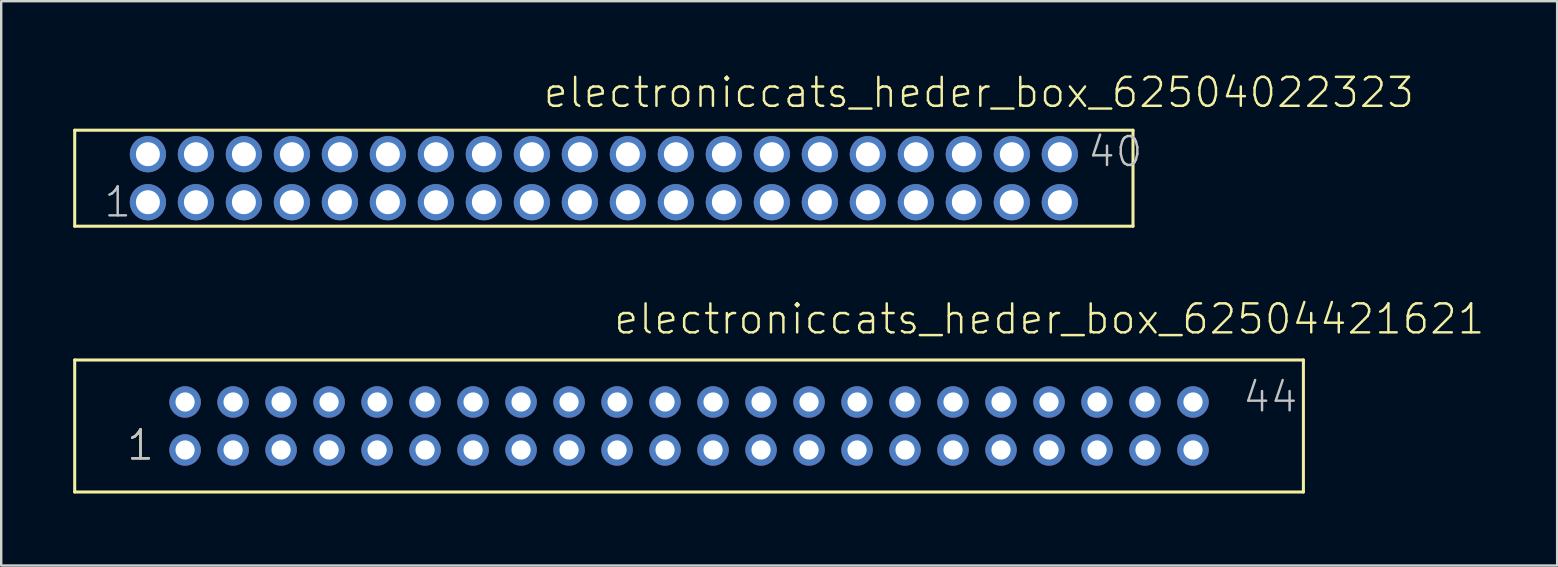
<source format=kicad_pcb>
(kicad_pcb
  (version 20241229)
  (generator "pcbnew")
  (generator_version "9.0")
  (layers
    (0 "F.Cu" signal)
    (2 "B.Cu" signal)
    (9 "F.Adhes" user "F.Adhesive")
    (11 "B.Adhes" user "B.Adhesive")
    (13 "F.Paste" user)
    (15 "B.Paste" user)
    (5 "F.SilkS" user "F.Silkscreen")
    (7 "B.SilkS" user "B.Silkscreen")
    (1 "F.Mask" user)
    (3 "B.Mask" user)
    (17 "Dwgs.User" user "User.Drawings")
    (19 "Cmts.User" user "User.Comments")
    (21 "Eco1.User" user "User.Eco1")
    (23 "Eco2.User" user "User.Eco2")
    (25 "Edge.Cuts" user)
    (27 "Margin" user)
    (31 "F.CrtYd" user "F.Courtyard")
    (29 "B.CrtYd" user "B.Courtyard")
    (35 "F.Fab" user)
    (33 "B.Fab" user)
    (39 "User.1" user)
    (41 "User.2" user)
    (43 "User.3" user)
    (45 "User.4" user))
  (footprint "electroniccats_heder_box_62504421621"
    (layer "F.Cu")
    (at 25.663 14.701)
    (property "Reference" "electroniccats_heder_box_62504421621" (at -3.2 -3.75 0) (layer "F.SilkS") (effects (font (size 1.206 1.206) (thickness 0.102)) (justify left bottom)))
    (attr through_hole)
    (fp_line (start -25.6 -2.75) (end -25.6 2.75) (stroke (width 0.127) (type solid)) (layer "F.SilkS"))
    (fp_line (start -25.6 2.75) (end 25.6 2.75) (stroke (width 0.127) (type solid)) (layer "F.SilkS"))
    (fp_line (start 25.6 -2.75) (end -25.6 -2.75) (stroke (width 0.127) (type solid)) (layer "F.SilkS"))
    (fp_line (start 25.6 2.75) (end 25.6 -2.75) (stroke (width 0.127) (type solid)) (layer "F.SilkS"))
    (fp_text user "1" (at -23.5 1.5 0) (layer "F.SilkS") (effects (font (size 1.206 1.206) (thickness 0.102)) (justify left bottom)))
    (fp_text user "1" (at -23.5 1.5 0) (layer "Dwgs.User") (effects (font (size 1.206 1.206) (thickness 0.102)) (justify left bottom)))
    (fp_text user "44" (at 23.005 -0.5 0) (layer "Dwgs.User") (effects (font (size 1.206 1.206) (thickness 0.102)) (justify left bottom)))
    (pad "1" thru_hole circle (at -21 1) (size 1.308 1.308) (drill 0.8) (layers "*.Cu" "*.Mask"))
    (pad "2" thru_hole circle (at -21 -1) (size 1.308 1.308) (drill 0.8) (layers "*.Cu" "*.Mask"))
    (pad "3" thru_hole circle (at -19 1) (size 1.308 1.308) (drill 0.8) (layers "*.Cu" "*.Mask"))
    (pad "4" thru_hole circle (at -19 -1) (size 1.308 1.308) (drill 0.8) (layers "*.Cu" "*.Mask"))
    (pad "5" thru_hole circle (at -17 1) (size 1.308 1.308) (drill 0.8) (layers "*.Cu" "*.Mask"))
    (pad "6" thru_hole circle (at -17 -1) (size 1.308 1.308) (drill 0.8) (layers "*.Cu" "*.Mask"))
    (pad "7" thru_hole circle (at -15 1) (size 1.308 1.308) (drill 0.8) (layers "*.Cu" "*.Mask"))
    (pad "8" thru_hole circle (at -15 -1) (size 1.308 1.308) (drill 0.8) (layers "*.Cu" "*.Mask"))
    (pad "9" thru_hole circle (at -13 1) (size 1.308 1.308) (drill 0.8) (layers "*.Cu" "*.Mask"))
    (pad "10" thru_hole circle (at -13 -1) (size 1.308 1.308) (drill 0.8) (layers "*.Cu" "*.Mask"))
    (pad "11" thru_hole circle (at -11 1) (size 1.308 1.308) (drill 0.8) (layers "*.Cu" "*.Mask"))
    (pad "12" thru_hole circle (at -11 -1) (size 1.308 1.308) (drill 0.8) (layers "*.Cu" "*.Mask"))
    (pad "13" thru_hole circle (at -9 1) (size 1.308 1.308) (drill 0.8) (layers "*.Cu" "*.Mask"))
    (pad "14" thru_hole circle (at -9 -1) (size 1.308 1.308) (drill 0.8) (layers "*.Cu" "*.Mask"))
    (pad "15" thru_hole circle (at -7 1) (size 1.308 1.308) (drill 0.8) (layers "*.Cu" "*.Mask"))
    (pad "16" thru_hole circle (at -7 -1) (size 1.308 1.308) (drill 0.8) (layers "*.Cu" "*.Mask"))
    (pad "17" thru_hole circle (at -5 1) (size 1.308 1.308) (drill 0.8) (layers "*.Cu" "*.Mask"))
    (pad "18" thru_hole circle (at -5 -1) (size 1.308 1.308) (drill 0.8) (layers "*.Cu" "*.Mask"))
    (pad "19" thru_hole circle (at -3 1) (size 1.308 1.308) (drill 0.8) (layers "*.Cu" "*.Mask"))
    (pad "20" thru_hole circle (at -3 -1) (size 1.308 1.308) (drill 0.8) (layers "*.Cu" "*.Mask"))
    (pad "21" thru_hole circle (at -1 1) (size 1.308 1.308) (drill 0.8) (layers "*.Cu" "*.Mask"))
    (pad "22" thru_hole circle (at -1 -1) (size 1.308 1.308) (drill 0.8) (layers "*.Cu" "*.Mask"))
    (pad "23" thru_hole circle (at 1 1) (size 1.308 1.308) (drill 0.8) (layers "*.Cu" "*.Mask"))
    (pad "24" thru_hole circle (at 1 -1) (size 1.308 1.308) (drill 0.8) (layers "*.Cu" "*.Mask"))
    (pad "25" thru_hole circle (at 3 1) (size 1.308 1.308) (drill 0.8) (layers "*.Cu" "*.Mask"))
    (pad "26" thru_hole circle (at 3 -1) (size 1.308 1.308) (drill 0.8) (layers "*.Cu" "*.Mask"))
    (pad "27" thru_hole circle (at 5 1) (size 1.308 1.308) (drill 0.8) (layers "*.Cu" "*.Mask"))
    (pad "28" thru_hole circle (at 5 -1) (size 1.308 1.308) (drill 0.8) (layers "*.Cu" "*.Mask"))
    (pad "29" thru_hole circle (at 7 1) (size 1.308 1.308) (drill 0.8) (layers "*.Cu" "*.Mask"))
    (pad "30" thru_hole circle (at 7 -1) (size 1.308 1.308) (drill 0.8) (layers "*.Cu" "*.Mask"))
    (pad "31" thru_hole circle (at 9 1) (size 1.308 1.308) (drill 0.8) (layers "*.Cu" "*.Mask"))
    (pad "32" thru_hole circle (at 9 -1) (size 1.308 1.308) (drill 0.8) (layers "*.Cu" "*.Mask"))
    (pad "33" thru_hole circle (at 11 1) (size 1.308 1.308) (drill 0.8) (layers "*.Cu" "*.Mask"))
    (pad "34" thru_hole circle (at 11 -1) (size 1.308 1.308) (drill 0.8) (layers "*.Cu" "*.Mask"))
    (pad "35" thru_hole circle (at 13 1) (size 1.308 1.308) (drill 0.8) (layers "*.Cu" "*.Mask"))
    (pad "36" thru_hole circle (at 13 -1) (size 1.308 1.308) (drill 0.8) (layers "*.Cu" "*.Mask"))
    (pad "37" thru_hole circle (at 15 1) (size 1.308 1.308) (drill 0.8) (layers "*.Cu" "*.Mask"))
    (pad "38" thru_hole circle (at 15 -1) (size 1.308 1.308) (drill 0.8) (layers "*.Cu" "*.Mask"))
    (pad "39" thru_hole circle (at 17 1) (size 1.308 1.308) (drill 0.8) (layers "*.Cu" "*.Mask"))
    (pad "40" thru_hole circle (at 17 -1) (size 1.308 1.308) (drill 0.8) (layers "*.Cu" "*.Mask"))
    (pad "41" thru_hole circle (at 19 1) (size 1.308 1.308) (drill 0.8) (layers "*.Cu" "*.Mask"))
    (pad "42" thru_hole circle (at 19 -1) (size 1.308 1.308) (drill 0.8) (layers "*.Cu" "*.Mask"))
    (pad "43" thru_hole circle (at 21 1) (size 1.308 1.308) (drill 0.8) (layers "*.Cu" "*.Mask"))
    (pad "44" thru_hole circle (at 21 -1) (size 1.308 1.308) (drill 0.8) (layers "*.Cu" "*.Mask")))
  (footprint "electroniccats_heder_box_62504022323"
    (layer "F.Cu")
    (at 22.113 4.376)
    (property "Reference" "electroniccats_heder_box_62504022323" (at -2.585 -2.865 0) (layer "F.SilkS") (effects (font (size 1.206 1.206) (thickness 0.102)) (justify left bottom)))
    (attr through_hole)
    (fp_line (start -22.05 -2) (end -22.05 2) (stroke (width 0.127) (type solid)) (layer "F.SilkS"))
    (fp_line (start -22.05 2) (end 22.05 2) (stroke (width 0.127) (type solid)) (layer "F.SilkS"))
    (fp_line (start 22.05 -2) (end -22.05 -2) (stroke (width 0.127) (type solid)) (layer "F.SilkS"))
    (fp_line (start 22.05 2) (end 22.05 -2) (stroke (width 0.127) (type solid)) (layer "F.SilkS"))
    (fp_text user "40" (at 20.095 -0.4 0) (layer "Dwgs.User") (effects (font (size 1.206 1.206) (thickness 0.102)) (justify left bottom)))
    (fp_text user "1" (at -20.9 1.7 0) (layer "Dwgs.User") (effects (font (size 1.206 1.206) (thickness 0.102)) (justify left bottom)))
    (pad "1" thru_hole circle (at -19 1) (size 1.508 1.508) (drill 1) (layers "*.Cu" "*.Mask"))
    (pad "2" thru_hole circle (at -19 -1) (size 1.508 1.508) (drill 1) (layers "*.Cu" "*.Mask"))
    (pad "3" thru_hole circle (at -17 1) (size 1.508 1.508) (drill 1) (layers "*.Cu" "*.Mask"))
    (pad "4" thru_hole circle (at -17 -1) (size 1.508 1.508) (drill 1) (layers "*.Cu" "*.Mask"))
    (pad "5" thru_hole circle (at -15 1) (size 1.508 1.508) (drill 1) (layers "*.Cu" "*.Mask"))
    (pad "6" thru_hole circle (at -15 -1) (size 1.508 1.508) (drill 1) (layers "*.Cu" "*.Mask"))
    (pad "7" thru_hole circle (at -13 1) (size 1.508 1.508) (drill 1) (layers "*.Cu" "*.Mask"))
    (pad "8" thru_hole circle (at -13 -1) (size 1.508 1.508) (drill 1) (layers "*.Cu" "*.Mask"))
    (pad "9" thru_hole circle (at -11 1) (size 1.508 1.508) (drill 1) (layers "*.Cu" "*.Mask"))
    (pad "10" thru_hole circle (at -11 -1) (size 1.508 1.508) (drill 1) (layers "*.Cu" "*.Mask"))
    (pad "11" thru_hole circle (at -9 1) (size 1.508 1.508) (drill 1) (layers "*.Cu" "*.Mask"))
    (pad "12" thru_hole circle (at -9 -1) (size 1.508 1.508) (drill 1) (layers "*.Cu" "*.Mask"))
    (pad "13" thru_hole circle (at -7 1) (size 1.508 1.508) (drill 1) (layers "*.Cu" "*.Mask"))
    (pad "14" thru_hole circle (at -7 -1) (size 1.508 1.508) (drill 1) (layers "*.Cu" "*.Mask"))
    (pad "15" thru_hole circle (at -5 1) (size 1.508 1.508) (drill 1) (layers "*.Cu" "*.Mask"))
    (pad "16" thru_hole circle (at -5 -1) (size 1.508 1.508) (drill 1) (layers "*.Cu" "*.Mask"))
    (pad "17" thru_hole circle (at -3 1) (size 1.508 1.508) (drill 1) (layers "*.Cu" "*.Mask"))
    (pad "18" thru_hole circle (at -3 -1) (size 1.508 1.508) (drill 1) (layers "*.Cu" "*.Mask"))
    (pad "19" thru_hole circle (at -1 1) (size 1.508 1.508) (drill 1) (layers "*.Cu" "*.Mask"))
    (pad "20" thru_hole circle (at -1 -1) (size 1.508 1.508) (drill 1) (layers "*.Cu" "*.Mask"))
    (pad "21" thru_hole circle (at 1 1) (size 1.508 1.508) (drill 1) (layers "*.Cu" "*.Mask"))
    (pad "22" thru_hole circle (at 1 -1) (size 1.508 1.508) (drill 1) (layers "*.Cu" "*.Mask"))
    (pad "23" thru_hole circle (at 3 1) (size 1.508 1.508) (drill 1) (layers "*.Cu" "*.Mask"))
    (pad "24" thru_hole circle (at 3 -1) (size 1.508 1.508) (drill 1) (layers "*.Cu" "*.Mask"))
    (pad "25" thru_hole circle (at 5 1) (size 1.508 1.508) (drill 1) (layers "*.Cu" "*.Mask"))
    (pad "26" thru_hole circle (at 5 -1) (size 1.508 1.508) (drill 1) (layers "*.Cu" "*.Mask"))
    (pad "27" thru_hole circle (at 7 1) (size 1.508 1.508) (drill 1) (layers "*.Cu" "*.Mask"))
    (pad "28" thru_hole circle (at 7 -1) (size 1.508 1.508) (drill 1) (layers "*.Cu" "*.Mask"))
    (pad "29" thru_hole circle (at 9 1) (size 1.508 1.508) (drill 1) (layers "*.Cu" "*.Mask"))
    (pad "30" thru_hole circle (at 9 -1) (size 1.508 1.508) (drill 1) (layers "*.Cu" "*.Mask"))
    (pad "31" thru_hole circle (at 11 1) (size 1.508 1.508) (drill 1) (layers "*.Cu" "*.Mask"))
    (pad "32" thru_hole circle (at 11 -1) (size 1.508 1.508) (drill 1) (layers "*.Cu" "*.Mask"))
    (pad "33" thru_hole circle (at 13 1) (size 1.508 1.508) (drill 1) (layers "*.Cu" "*.Mask"))
    (pad "34" thru_hole circle (at 13 -1) (size 1.508 1.508) (drill 1) (layers "*.Cu" "*.Mask"))
    (pad "35" thru_hole circle (at 15 1) (size 1.508 1.508) (drill 1) (layers "*.Cu" "*.Mask"))
    (pad "36" thru_hole circle (at 15 -1) (size 1.508 1.508) (drill 1) (layers "*.Cu" "*.Mask"))
    (pad "37" thru_hole circle (at 17 1) (size 1.508 1.508) (drill 1) (layers "*.Cu" "*.Mask"))
    (pad "38" thru_hole circle (at 17 -1) (size 1.508 1.508) (drill 1) (layers "*.Cu" "*.Mask"))
    (pad "39" thru_hole circle (at 19 1) (size 1.508 1.508) (drill 1) (layers "*.Cu" "*.Mask"))
    (pad "40" thru_hole circle (at 19 -1) (size 1.508 1.508) (drill 1) (layers "*.Cu" "*.Mask")))
  (gr_rect
    (start -3 -3)
    (end 61.837 20.515)
    (stroke (width 0.1) (type default))
    (fill no)
    (layer "Edge.Cuts")))
</source>
